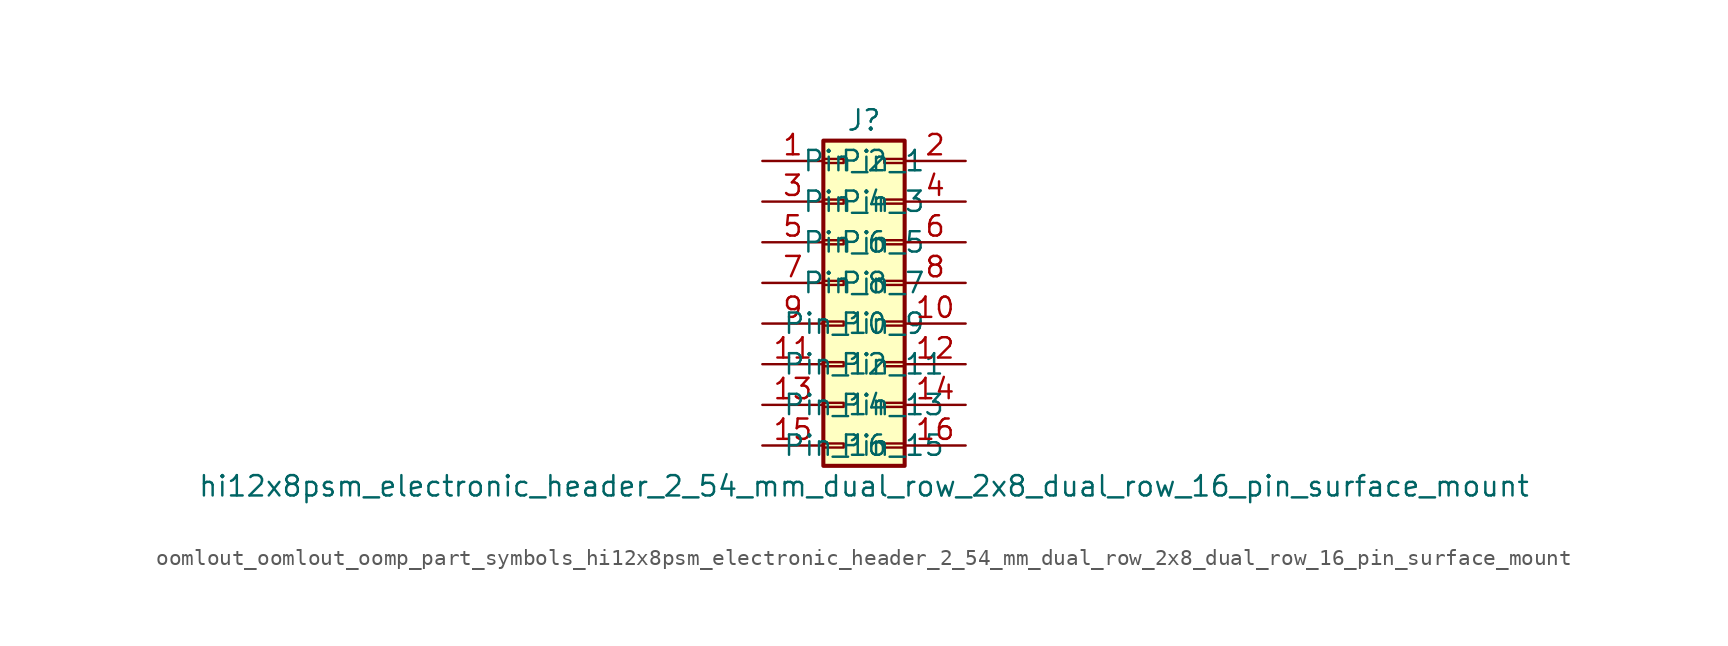
<source format=kicad_sym>
(kicad_symbol_lib
  (version 20220914)
  (generator kicad_symbol_editor)
  (symbol "oomlout_oomlout_oomp_part_symbols_hi12x8psm_electronic_header_2_54_mm_dual_row_2x8_dual_row_16_pin_surface_mount"
    (pin_names
      (offset 1.016))
    (property "Reference" "J"
      (at 1.27 10.16 0)
      (effects (font (size 1.27 1.27))))
    (property "Value" "hi12x8psm_electronic_header_2_54_mm_dual_row_2x8_dual_row_16_pin_surface_mount"
      (at 1.27 -12.7 0)
      (effects (font (size 1.27 1.27))))
    (symbol "oomlout_oomlout_oomp_part_symbols_hi12x8psm_electronic_header_2_54_mm_dual_row_2x8_dual_row_16_pin_surface_mount_1_1"
      (rectangle (start -1.27 -10.033) (end 0 -10.287) (stroke (width 0.152) (type default)) (fill (type none)))
      (rectangle (start -1.27 -7.493) (end 0 -7.747) (stroke (width 0.152) (type default)) (fill (type none)))
      (rectangle (start -1.27 -4.953) (end 0 -5.207) (stroke (width 0.152) (type default)) (fill (type none)))
      (rectangle (start -1.27 -2.413) (end 0 -2.667) (stroke (width 0.152) (type default)) (fill (type none)))
      (rectangle (start -1.27 0.127) (end 0 -0.127) (stroke (width 0.152) (type default)) (fill (type none)))
      (rectangle (start -1.27 2.667) (end 0 2.413) (stroke (width 0.152) (type default)) (fill (type none)))
      (rectangle (start -1.27 5.207) (end 0 4.953) (stroke (width 0.152) (type default)) (fill (type none)))
      (rectangle (start -1.27 7.747) (end 0 7.493) (stroke (width 0.152) (type default)) (fill (type none)))
      (rectangle (start -1.27 8.89) (end 3.81 -11.43) (stroke (width 0.254) (type default)) (fill (type background)))
      (rectangle (start 3.81 -10.033) (end 2.54 -10.287) (stroke (width 0.152) (type default)) (fill (type none)))
      (rectangle (start 3.81 -7.493) (end 2.54 -7.747) (stroke (width 0.152) (type default)) (fill (type none)))
      (rectangle (start 3.81 -4.953) (end 2.54 -5.207) (stroke (width 0.152) (type default)) (fill (type none)))
      (rectangle (start 3.81 -2.413) (end 2.54 -2.667) (stroke (width 0.152) (type default)) (fill (type none)))
      (rectangle (start 3.81 0.127) (end 2.54 -0.127) (stroke (width 0.152) (type default)) (fill (type none)))
      (rectangle (start 3.81 2.667) (end 2.54 2.413) (stroke (width 0.152) (type default)) (fill (type none)))
      (rectangle (start 3.81 5.207) (end 2.54 4.953) (stroke (width 0.152) (type default)) (fill (type none)))
      (rectangle (start 3.81 7.747) (end 2.54 7.493) (stroke (width 0.152) (type default)) (fill (type none)))
      (pin passive line (at -5.08 7.62 0) (length 3.81) (name "Pin_1" (effects (font (size 1.27 1.27)))) (number "1" (effects (font (size 1.27 1.27)))))
      (pin passive line (at 7.62 -2.54 180) (length 3.81) (name "Pin_10" (effects (font (size 1.27 1.27)))) (number "10" (effects (font (size 1.27 1.27)))))
      (pin passive line (at -5.08 -5.08 0) (length 3.81) (name "Pin_11" (effects (font (size 1.27 1.27)))) (number "11" (effects (font (size 1.27 1.27)))))
      (pin passive line (at 7.62 -5.08 180) (length 3.81) (name "Pin_12" (effects (font (size 1.27 1.27)))) (number "12" (effects (font (size 1.27 1.27)))))
      (pin passive line (at -5.08 -7.62 0) (length 3.81) (name "Pin_13" (effects (font (size 1.27 1.27)))) (number "13" (effects (font (size 1.27 1.27)))))
      (pin passive line (at 7.62 -7.62 180) (length 3.81) (name "Pin_14" (effects (font (size 1.27 1.27)))) (number "14" (effects (font (size 1.27 1.27)))))
      (pin passive line (at -5.08 -10.16 0) (length 3.81) (name "Pin_15" (effects (font (size 1.27 1.27)))) (number "15" (effects (font (size 1.27 1.27)))))
      (pin passive line (at 7.62 -10.16 180) (length 3.81) (name "Pin_16" (effects (font (size 1.27 1.27)))) (number "16" (effects (font (size 1.27 1.27)))))
      (pin passive line (at 7.62 7.62 180) (length 3.81) (name "Pin_2" (effects (font (size 1.27 1.27)))) (number "2" (effects (font (size 1.27 1.27)))))
      (pin passive line (at -5.08 5.08 0) (length 3.81) (name "Pin_3" (effects (font (size 1.27 1.27)))) (number "3" (effects (font (size 1.27 1.27)))))
      (pin passive line (at 7.62 5.08 180) (length 3.81) (name "Pin_4" (effects (font (size 1.27 1.27)))) (number "4" (effects (font (size 1.27 1.27)))))
      (pin passive line (at -5.08 2.54 0) (length 3.81) (name "Pin_5" (effects (font (size 1.27 1.27)))) (number "5" (effects (font (size 1.27 1.27)))))
      (pin passive line (at 7.62 2.54 180) (length 3.81) (name "Pin_6" (effects (font (size 1.27 1.27)))) (number "6" (effects (font (size 1.27 1.27)))))
      (pin passive line (at -5.08 0 0) (length 3.81) (name "Pin_7" (effects (font (size 1.27 1.27)))) (number "7" (effects (font (size 1.27 1.27)))))
      (pin passive line (at 7.62 0 180) (length 3.81) (name "Pin_8" (effects (font (size 1.27 1.27)))) (number "8" (effects (font (size 1.27 1.27)))))
      (pin passive line (at -5.08 -2.54 0) (length 3.81) (name "Pin_9" (effects (font (size 1.27 1.27)))) (number "9" (effects (font (size 1.27 1.27))))))))
</source>
